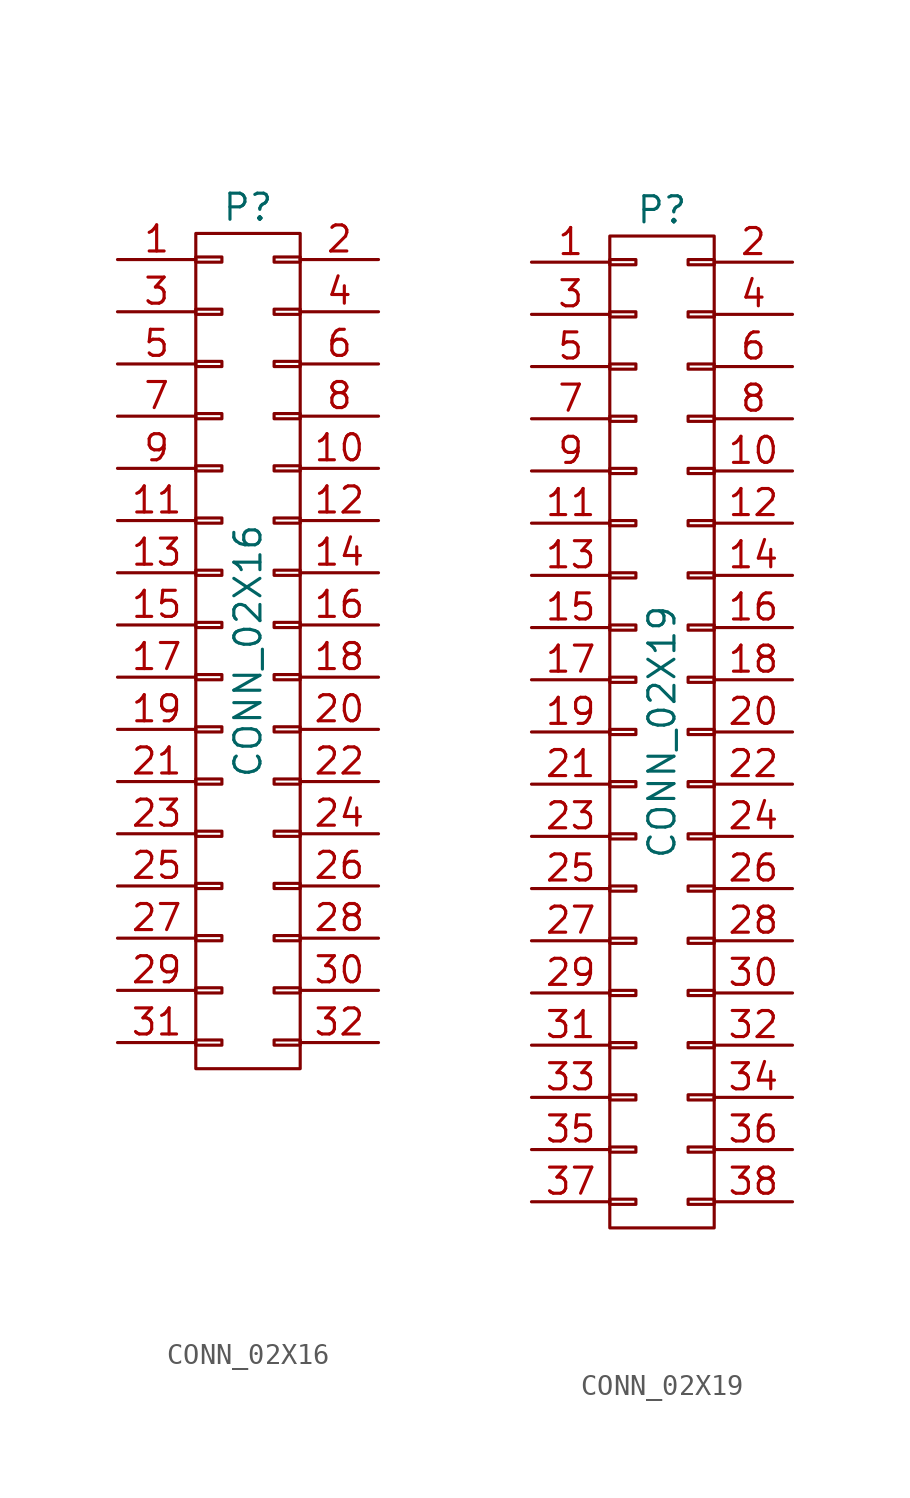
<source format=kicad_sym>
(kicad_symbol_lib
  (version 20211014)
  (generator kicad_symbol_editor)
  (symbol "CONN_02X16"
    (pin_names
      (offset 0.025) hide)
    (property "Reference" "P"
      (at 0 21.59 0)
      (effects (font (size 1.27 1.27))))
    (property "Value" "CONN_02X16"
      (at 0 0 90)
      (effects (font (size 1.27 1.27))))
    (property "Footprint" ""
      (at 0 -27.94 0)
      (effects (font (size 1.27 1.27))))
    (property "Datasheet" ""
      (at 0 -27.94 0)
      (effects (font (size 1.27 1.27))))
    (symbol "CONN_02X16_0_1"
      (rectangle (start -2.54 -18.923) (end -1.27 -19.177) (stroke (width 0) (type default) (color 0 0 0 0)) (fill (type none)))
      (rectangle (start -2.54 -16.383) (end -1.27 -16.637) (stroke (width 0) (type default) (color 0 0 0 0)) (fill (type none)))
      (rectangle (start -2.54 -13.843) (end -1.27 -14.097) (stroke (width 0) (type default) (color 0 0 0 0)) (fill (type none)))
      (rectangle (start -2.54 -11.303) (end -1.27 -11.557) (stroke (width 0) (type default) (color 0 0 0 0)) (fill (type none)))
      (rectangle (start -2.54 -8.763) (end -1.27 -9.017) (stroke (width 0) (type default) (color 0 0 0 0)) (fill (type none)))
      (rectangle (start -2.54 -6.223) (end -1.27 -6.477) (stroke (width 0) (type default) (color 0 0 0 0)) (fill (type none)))
      (rectangle (start -2.54 -3.683) (end -1.27 -3.937) (stroke (width 0) (type default) (color 0 0 0 0)) (fill (type none)))
      (rectangle (start -2.54 -1.143) (end -1.27 -1.397) (stroke (width 0) (type default) (color 0 0 0 0)) (fill (type none)))
      (rectangle (start -2.54 1.397) (end -1.27 1.143) (stroke (width 0) (type default) (color 0 0 0 0)) (fill (type none)))
      (rectangle (start -2.54 3.937) (end -1.27 3.683) (stroke (width 0) (type default) (color 0 0 0 0)) (fill (type none)))
      (rectangle (start -2.54 6.477) (end -1.27 6.223) (stroke (width 0) (type default) (color 0 0 0 0)) (fill (type none)))
      (rectangle (start -2.54 9.017) (end -1.27 8.763) (stroke (width 0) (type default) (color 0 0 0 0)) (fill (type none)))
      (rectangle (start -2.54 11.557) (end -1.27 11.303) (stroke (width 0) (type default) (color 0 0 0 0)) (fill (type none)))
      (rectangle (start -2.54 14.097) (end -1.27 13.843) (stroke (width 0) (type default) (color 0 0 0 0)) (fill (type none)))
      (rectangle (start -2.54 16.637) (end -1.27 16.383) (stroke (width 0) (type default) (color 0 0 0 0)) (fill (type none)))
      (rectangle (start -2.54 19.177) (end -1.27 18.923) (stroke (width 0) (type default) (color 0 0 0 0)) (fill (type none)))
      (rectangle (start -2.54 20.32) (end 2.54 -20.32) (stroke (width 0) (type default) (color 0 0 0 0)) (fill (type none)))
      (rectangle (start 1.27 -18.923) (end 2.54 -19.177) (stroke (width 0) (type default) (color 0 0 0 0)) (fill (type none)))
      (rectangle (start 1.27 -16.383) (end 2.54 -16.637) (stroke (width 0) (type default) (color 0 0 0 0)) (fill (type none)))
      (rectangle (start 1.27 -13.843) (end 2.54 -14.097) (stroke (width 0) (type default) (color 0 0 0 0)) (fill (type none)))
      (rectangle (start 1.27 -11.303) (end 2.54 -11.557) (stroke (width 0) (type default) (color 0 0 0 0)) (fill (type none)))
      (rectangle (start 1.27 -8.763) (end 2.54 -9.017) (stroke (width 0) (type default) (color 0 0 0 0)) (fill (type none)))
      (rectangle (start 1.27 -6.223) (end 2.54 -6.477) (stroke (width 0) (type default) (color 0 0 0 0)) (fill (type none)))
      (rectangle (start 1.27 -3.683) (end 2.54 -3.937) (stroke (width 0) (type default) (color 0 0 0 0)) (fill (type none)))
      (rectangle (start 1.27 -1.143) (end 2.54 -1.397) (stroke (width 0) (type default) (color 0 0 0 0)) (fill (type none)))
      (rectangle (start 1.27 1.397) (end 2.54 1.143) (stroke (width 0) (type default) (color 0 0 0 0)) (fill (type none)))
      (rectangle (start 1.27 3.937) (end 2.54 3.683) (stroke (width 0) (type default) (color 0 0 0 0)) (fill (type none)))
      (rectangle (start 1.27 6.477) (end 2.54 6.223) (stroke (width 0) (type default) (color 0 0 0 0)) (fill (type none)))
      (rectangle (start 1.27 9.017) (end 2.54 8.763) (stroke (width 0) (type default) (color 0 0 0 0)) (fill (type none)))
      (rectangle (start 1.27 11.557) (end 2.54 11.303) (stroke (width 0) (type default) (color 0 0 0 0)) (fill (type none)))
      (rectangle (start 1.27 14.097) (end 2.54 13.843) (stroke (width 0) (type default) (color 0 0 0 0)) (fill (type none)))
      (rectangle (start 1.27 16.637) (end 2.54 16.383) (stroke (width 0) (type default) (color 0 0 0 0)) (fill (type none)))
      (rectangle (start 1.27 19.177) (end 2.54 18.923) (stroke (width 0) (type default) (color 0 0 0 0)) (fill (type none))))
    (symbol "CONN_02X16_1_1"
      (pin passive line (at -6.35 19.05 0) (length 3.81) (name "P1" (effects (font (size 1.27 1.27)))) (number "1" (effects (font (size 1.27 1.27)))))
      (pin passive line (at 6.35 8.89 180) (length 3.81) (name "P10" (effects (font (size 1.27 1.27)))) (number "10" (effects (font (size 1.27 1.27)))))
      (pin passive line (at -6.35 6.35 0) (length 3.81) (name "P11" (effects (font (size 1.27 1.27)))) (number "11" (effects (font (size 1.27 1.27)))))
      (pin passive line (at 6.35 6.35 180) (length 3.81) (name "P12" (effects (font (size 1.27 1.27)))) (number "12" (effects (font (size 1.27 1.27)))))
      (pin passive line (at -6.35 3.81 0) (length 3.81) (name "P13" (effects (font (size 1.27 1.27)))) (number "13" (effects (font (size 1.27 1.27)))))
      (pin passive line (at 6.35 3.81 180) (length 3.81) (name "P14" (effects (font (size 1.27 1.27)))) (number "14" (effects (font (size 1.27 1.27)))))
      (pin passive line (at -6.35 1.27 0) (length 3.81) (name "P15" (effects (font (size 1.27 1.27)))) (number "15" (effects (font (size 1.27 1.27)))))
      (pin passive line (at 6.35 1.27 180) (length 3.81) (name "P16" (effects (font (size 1.27 1.27)))) (number "16" (effects (font (size 1.27 1.27)))))
      (pin passive line (at -6.35 -1.27 0) (length 3.81) (name "P17" (effects (font (size 1.27 1.27)))) (number "17" (effects (font (size 1.27 1.27)))))
      (pin passive line (at 6.35 -1.27 180) (length 3.81) (name "P18" (effects (font (size 1.27 1.27)))) (number "18" (effects (font (size 1.27 1.27)))))
      (pin passive line (at -6.35 -3.81 0) (length 3.81) (name "P19" (effects (font (size 1.27 1.27)))) (number "19" (effects (font (size 1.27 1.27)))))
      (pin passive line (at 6.35 19.05 180) (length 3.81) (name "P2" (effects (font (size 1.27 1.27)))) (number "2" (effects (font (size 1.27 1.27)))))
      (pin passive line (at 6.35 -3.81 180) (length 3.81) (name "P20" (effects (font (size 1.27 1.27)))) (number "20" (effects (font (size 1.27 1.27)))))
      (pin passive line (at -6.35 -6.35 0) (length 3.81) (name "P21" (effects (font (size 1.27 1.27)))) (number "21" (effects (font (size 1.27 1.27)))))
      (pin passive line (at 6.35 -6.35 180) (length 3.81) (name "P22" (effects (font (size 1.27 1.27)))) (number "22" (effects (font (size 1.27 1.27)))))
      (pin passive line (at -6.35 -8.89 0) (length 3.81) (name "P23" (effects (font (size 1.27 1.27)))) (number "23" (effects (font (size 1.27 1.27)))))
      (pin passive line (at 6.35 -8.89 180) (length 3.81) (name "P24" (effects (font (size 1.27 1.27)))) (number "24" (effects (font (size 1.27 1.27)))))
      (pin passive line (at -6.35 -11.43 0) (length 3.81) (name "P25" (effects (font (size 1.27 1.27)))) (number "25" (effects (font (size 1.27 1.27)))))
      (pin passive line (at 6.35 -11.43 180) (length 3.81) (name "P26" (effects (font (size 1.27 1.27)))) (number "26" (effects (font (size 1.27 1.27)))))
      (pin passive line (at -6.35 -13.97 0) (length 3.81) (name "P27" (effects (font (size 1.27 1.27)))) (number "27" (effects (font (size 1.27 1.27)))))
      (pin passive line (at 6.35 -13.97 180) (length 3.81) (name "P28" (effects (font (size 1.27 1.27)))) (number "28" (effects (font (size 1.27 1.27)))))
      (pin passive line (at -6.35 -16.51 0) (length 3.81) (name "P29" (effects (font (size 1.27 1.27)))) (number "29" (effects (font (size 1.27 1.27)))))
      (pin passive line (at -6.35 16.51 0) (length 3.81) (name "P3" (effects (font (size 1.27 1.27)))) (number "3" (effects (font (size 1.27 1.27)))))
      (pin passive line (at 6.35 -16.51 180) (length 3.81) (name "P30" (effects (font (size 1.27 1.27)))) (number "30" (effects (font (size 1.27 1.27)))))
      (pin passive line (at -6.35 -19.05 0) (length 3.81) (name "P31" (effects (font (size 1.27 1.27)))) (number "31" (effects (font (size 1.27 1.27)))))
      (pin passive line (at 6.35 -19.05 180) (length 3.81) (name "P32" (effects (font (size 1.27 1.27)))) (number "32" (effects (font (size 1.27 1.27)))))
      (pin passive line (at 6.35 16.51 180) (length 3.81) (name "P4" (effects (font (size 1.27 1.27)))) (number "4" (effects (font (size 1.27 1.27)))))
      (pin passive line (at -6.35 13.97 0) (length 3.81) (name "P5" (effects (font (size 1.27 1.27)))) (number "5" (effects (font (size 1.27 1.27)))))
      (pin passive line (at 6.35 13.97 180) (length 3.81) (name "P6" (effects (font (size 1.27 1.27)))) (number "6" (effects (font (size 1.27 1.27)))))
      (pin passive line (at -6.35 11.43 0) (length 3.81) (name "P7" (effects (font (size 1.27 1.27)))) (number "7" (effects (font (size 1.27 1.27)))))
      (pin passive line (at 6.35 11.43 180) (length 3.81) (name "P8" (effects (font (size 1.27 1.27)))) (number "8" (effects (font (size 1.27 1.27)))))
      (pin passive line (at -6.35 8.89 0) (length 3.81) (name "P9" (effects (font (size 1.27 1.27)))) (number "9" (effects (font (size 1.27 1.27)))))))
  (symbol "CONN_02X19"
    (pin_names
      (offset 0.025) hide)
    (property "Reference" "P"
      (at 0 25.4 0)
      (effects (font (size 1.27 1.27))))
    (property "Value" "CONN_02X19"
      (at 0 0 90)
      (effects (font (size 1.27 1.27))))
    (property "Footprint" ""
      (at 0 -25.4 0)
      (effects (font (size 1.27 1.27))))
    (property "Datasheet" ""
      (at 0 -25.4 0)
      (effects (font (size 1.27 1.27))))
    (symbol "CONN_02X19_0_1"
      (rectangle (start -2.54 -22.733) (end -1.27 -22.987) (stroke (width 0) (type default) (color 0 0 0 0)) (fill (type none)))
      (rectangle (start -2.54 -20.193) (end -1.27 -20.447) (stroke (width 0) (type default) (color 0 0 0 0)) (fill (type none)))
      (rectangle (start -2.54 -17.653) (end -1.27 -17.907) (stroke (width 0) (type default) (color 0 0 0 0)) (fill (type none)))
      (rectangle (start -2.54 -15.113) (end -1.27 -15.367) (stroke (width 0) (type default) (color 0 0 0 0)) (fill (type none)))
      (rectangle (start -2.54 -12.573) (end -1.27 -12.827) (stroke (width 0) (type default) (color 0 0 0 0)) (fill (type none)))
      (rectangle (start -2.54 -10.033) (end -1.27 -10.287) (stroke (width 0) (type default) (color 0 0 0 0)) (fill (type none)))
      (rectangle (start -2.54 -7.493) (end -1.27 -7.747) (stroke (width 0) (type default) (color 0 0 0 0)) (fill (type none)))
      (rectangle (start -2.54 -4.953) (end -1.27 -5.207) (stroke (width 0) (type default) (color 0 0 0 0)) (fill (type none)))
      (rectangle (start -2.54 -2.413) (end -1.27 -2.667) (stroke (width 0) (type default) (color 0 0 0 0)) (fill (type none)))
      (rectangle (start -2.54 0.127) (end -1.27 -0.127) (stroke (width 0) (type default) (color 0 0 0 0)) (fill (type none)))
      (rectangle (start -2.54 2.667) (end -1.27 2.413) (stroke (width 0) (type default) (color 0 0 0 0)) (fill (type none)))
      (rectangle (start -2.54 5.207) (end -1.27 4.953) (stroke (width 0) (type default) (color 0 0 0 0)) (fill (type none)))
      (rectangle (start -2.54 7.747) (end -1.27 7.493) (stroke (width 0) (type default) (color 0 0 0 0)) (fill (type none)))
      (rectangle (start -2.54 10.287) (end -1.27 10.033) (stroke (width 0) (type default) (color 0 0 0 0)) (fill (type none)))
      (rectangle (start -2.54 12.827) (end -1.27 12.573) (stroke (width 0) (type default) (color 0 0 0 0)) (fill (type none)))
      (rectangle (start -2.54 15.367) (end -1.27 15.113) (stroke (width 0) (type default) (color 0 0 0 0)) (fill (type none)))
      (rectangle (start -2.54 17.907) (end -1.27 17.653) (stroke (width 0) (type default) (color 0 0 0 0)) (fill (type none)))
      (rectangle (start -2.54 20.447) (end -1.27 20.193) (stroke (width 0) (type default) (color 0 0 0 0)) (fill (type none)))
      (rectangle (start -2.54 22.987) (end -1.27 22.733) (stroke (width 0) (type default) (color 0 0 0 0)) (fill (type none)))
      (rectangle (start -2.54 24.13) (end 2.54 -24.13) (stroke (width 0) (type default) (color 0 0 0 0)) (fill (type none)))
      (rectangle (start 1.27 -22.733) (end 2.54 -22.987) (stroke (width 0) (type default) (color 0 0 0 0)) (fill (type none)))
      (rectangle (start 1.27 -20.193) (end 2.54 -20.447) (stroke (width 0) (type default) (color 0 0 0 0)) (fill (type none)))
      (rectangle (start 1.27 -17.653) (end 2.54 -17.907) (stroke (width 0) (type default) (color 0 0 0 0)) (fill (type none)))
      (rectangle (start 1.27 -15.113) (end 2.54 -15.367) (stroke (width 0) (type default) (color 0 0 0 0)) (fill (type none)))
      (rectangle (start 1.27 -12.573) (end 2.54 -12.827) (stroke (width 0) (type default) (color 0 0 0 0)) (fill (type none)))
      (rectangle (start 1.27 -10.033) (end 2.54 -10.287) (stroke (width 0) (type default) (color 0 0 0 0)) (fill (type none)))
      (rectangle (start 1.27 -7.493) (end 2.54 -7.747) (stroke (width 0) (type default) (color 0 0 0 0)) (fill (type none)))
      (rectangle (start 1.27 -4.953) (end 2.54 -5.207) (stroke (width 0) (type default) (color 0 0 0 0)) (fill (type none)))
      (rectangle (start 1.27 -2.413) (end 2.54 -2.667) (stroke (width 0) (type default) (color 0 0 0 0)) (fill (type none)))
      (rectangle (start 1.27 0.127) (end 2.54 -0.127) (stroke (width 0) (type default) (color 0 0 0 0)) (fill (type none)))
      (rectangle (start 1.27 2.667) (end 2.54 2.413) (stroke (width 0) (type default) (color 0 0 0 0)) (fill (type none)))
      (rectangle (start 1.27 5.207) (end 2.54 4.953) (stroke (width 0) (type default) (color 0 0 0 0)) (fill (type none)))
      (rectangle (start 1.27 7.747) (end 2.54 7.493) (stroke (width 0) (type default) (color 0 0 0 0)) (fill (type none)))
      (rectangle (start 1.27 10.287) (end 2.54 10.033) (stroke (width 0) (type default) (color 0 0 0 0)) (fill (type none)))
      (rectangle (start 1.27 12.827) (end 2.54 12.573) (stroke (width 0) (type default) (color 0 0 0 0)) (fill (type none)))
      (rectangle (start 1.27 15.367) (end 2.54 15.113) (stroke (width 0) (type default) (color 0 0 0 0)) (fill (type none)))
      (rectangle (start 1.27 17.907) (end 2.54 17.653) (stroke (width 0) (type default) (color 0 0 0 0)) (fill (type none)))
      (rectangle (start 1.27 20.447) (end 2.54 20.193) (stroke (width 0) (type default) (color 0 0 0 0)) (fill (type none)))
      (rectangle (start 1.27 22.987) (end 2.54 22.733) (stroke (width 0) (type default) (color 0 0 0 0)) (fill (type none))))
    (symbol "CONN_02X19_1_1"
      (pin passive line (at -6.35 22.86 0) (length 3.81) (name "P1" (effects (font (size 1.27 1.27)))) (number "1" (effects (font (size 1.27 1.27)))))
      (pin passive line (at 6.35 12.7 180) (length 3.81) (name "P10" (effects (font (size 1.27 1.27)))) (number "10" (effects (font (size 1.27 1.27)))))
      (pin passive line (at -6.35 10.16 0) (length 3.81) (name "P11" (effects (font (size 1.27 1.27)))) (number "11" (effects (font (size 1.27 1.27)))))
      (pin passive line (at 6.35 10.16 180) (length 3.81) (name "P12" (effects (font (size 1.27 1.27)))) (number "12" (effects (font (size 1.27 1.27)))))
      (pin passive line (at -6.35 7.62 0) (length 3.81) (name "P13" (effects (font (size 1.27 1.27)))) (number "13" (effects (font (size 1.27 1.27)))))
      (pin passive line (at 6.35 7.62 180) (length 3.81) (name "P14" (effects (font (size 1.27 1.27)))) (number "14" (effects (font (size 1.27 1.27)))))
      (pin passive line (at -6.35 5.08 0) (length 3.81) (name "P15" (effects (font (size 1.27 1.27)))) (number "15" (effects (font (size 1.27 1.27)))))
      (pin passive line (at 6.35 5.08 180) (length 3.81) (name "P16" (effects (font (size 1.27 1.27)))) (number "16" (effects (font (size 1.27 1.27)))))
      (pin passive line (at -6.35 2.54 0) (length 3.81) (name "P17" (effects (font (size 1.27 1.27)))) (number "17" (effects (font (size 1.27 1.27)))))
      (pin passive line (at 6.35 2.54 180) (length 3.81) (name "P18" (effects (font (size 1.27 1.27)))) (number "18" (effects (font (size 1.27 1.27)))))
      (pin passive line (at -6.35 0 0) (length 3.81) (name "P19" (effects (font (size 1.27 1.27)))) (number "19" (effects (font (size 1.27 1.27)))))
      (pin passive line (at 6.35 22.86 180) (length 3.81) (name "P2" (effects (font (size 1.27 1.27)))) (number "2" (effects (font (size 1.27 1.27)))))
      (pin passive line (at 6.35 0 180) (length 3.81) (name "P20" (effects (font (size 1.27 1.27)))) (number "20" (effects (font (size 1.27 1.27)))))
      (pin passive line (at -6.35 -2.54 0) (length 3.81) (name "P21" (effects (font (size 1.27 1.27)))) (number "21" (effects (font (size 1.27 1.27)))))
      (pin passive line (at 6.35 -2.54 180) (length 3.81) (name "P22" (effects (font (size 1.27 1.27)))) (number "22" (effects (font (size 1.27 1.27)))))
      (pin passive line (at -6.35 -5.08 0) (length 3.81) (name "P23" (effects (font (size 1.27 1.27)))) (number "23" (effects (font (size 1.27 1.27)))))
      (pin passive line (at 6.35 -5.08 180) (length 3.81) (name "P24" (effects (font (size 1.27 1.27)))) (number "24" (effects (font (size 1.27 1.27)))))
      (pin passive line (at -6.35 -7.62 0) (length 3.81) (name "P25" (effects (font (size 1.27 1.27)))) (number "25" (effects (font (size 1.27 1.27)))))
      (pin passive line (at 6.35 -7.62 180) (length 3.81) (name "P26" (effects (font (size 1.27 1.27)))) (number "26" (effects (font (size 1.27 1.27)))))
      (pin passive line (at -6.35 -10.16 0) (length 3.81) (name "P27" (effects (font (size 1.27 1.27)))) (number "27" (effects (font (size 1.27 1.27)))))
      (pin passive line (at 6.35 -10.16 180) (length 3.81) (name "P28" (effects (font (size 1.27 1.27)))) (number "28" (effects (font (size 1.27 1.27)))))
      (pin passive line (at -6.35 -12.7 0) (length 3.81) (name "P29" (effects (font (size 1.27 1.27)))) (number "29" (effects (font (size 1.27 1.27)))))
      (pin passive line (at -6.35 20.32 0) (length 3.81) (name "P3" (effects (font (size 1.27 1.27)))) (number "3" (effects (font (size 1.27 1.27)))))
      (pin passive line (at 6.35 -12.7 180) (length 3.81) (name "P30" (effects (font (size 1.27 1.27)))) (number "30" (effects (font (size 1.27 1.27)))))
      (pin passive line (at -6.35 -15.24 0) (length 3.81) (name "P31" (effects (font (size 1.27 1.27)))) (number "31" (effects (font (size 1.27 1.27)))))
      (pin passive line (at 6.35 -15.24 180) (length 3.81) (name "P32" (effects (font (size 1.27 1.27)))) (number "32" (effects (font (size 1.27 1.27)))))
      (pin passive line (at -6.35 -17.78 0) (length 3.81) (name "P33" (effects (font (size 1.27 1.27)))) (number "33" (effects (font (size 1.27 1.27)))))
      (pin passive line (at 6.35 -17.78 180) (length 3.81) (name "P34" (effects (font (size 1.27 1.27)))) (number "34" (effects (font (size 1.27 1.27)))))
      (pin passive line (at -6.35 -20.32 0) (length 3.81) (name "P35" (effects (font (size 1.27 1.27)))) (number "35" (effects (font (size 1.27 1.27)))))
      (pin passive line (at 6.35 -20.32 180) (length 3.81) (name "P36" (effects (font (size 1.27 1.27)))) (number "36" (effects (font (size 1.27 1.27)))))
      (pin passive line (at -6.35 -22.86 0) (length 3.81) (name "P37" (effects (font (size 1.27 1.27)))) (number "37" (effects (font (size 1.27 1.27)))))
      (pin passive line (at 6.35 -22.86 180) (length 3.81) (name "P38" (effects (font (size 1.27 1.27)))) (number "38" (effects (font (size 1.27 1.27)))))
      (pin passive line (at 6.35 20.32 180) (length 3.81) (name "P4" (effects (font (size 1.27 1.27)))) (number "4" (effects (font (size 1.27 1.27)))))
      (pin passive line (at -6.35 17.78 0) (length 3.81) (name "P5" (effects (font (size 1.27 1.27)))) (number "5" (effects (font (size 1.27 1.27)))))
      (pin passive line (at 6.35 17.78 180) (length 3.81) (name "P6" (effects (font (size 1.27 1.27)))) (number "6" (effects (font (size 1.27 1.27)))))
      (pin passive line (at -6.35 15.24 0) (length 3.81) (name "P7" (effects (font (size 1.27 1.27)))) (number "7" (effects (font (size 1.27 1.27)))))
      (pin passive line (at 6.35 15.24 180) (length 3.81) (name "P8" (effects (font (size 1.27 1.27)))) (number "8" (effects (font (size 1.27 1.27)))))
      (pin passive line (at -6.35 12.7 0) (length 3.81) (name "P9" (effects (font (size 1.27 1.27)))) (number "9" (effects (font (size 1.27 1.27))))))))
</source>
